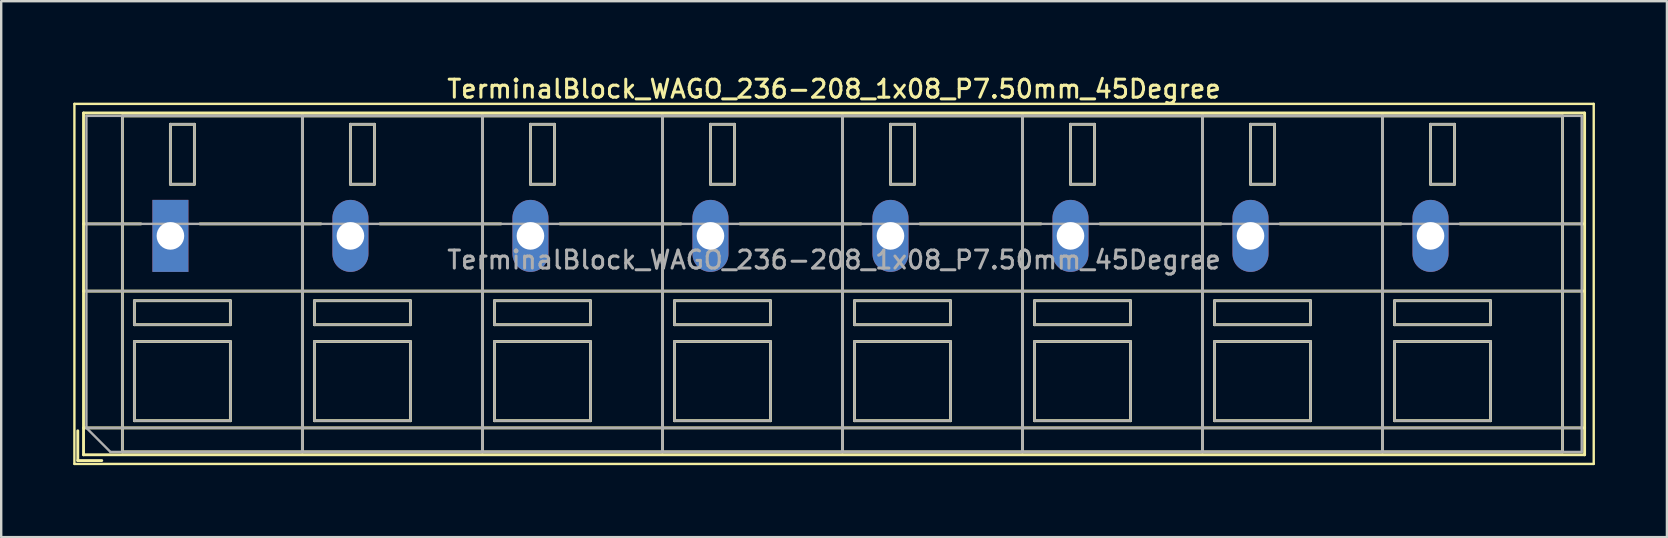
<source format=kicad_pcb>
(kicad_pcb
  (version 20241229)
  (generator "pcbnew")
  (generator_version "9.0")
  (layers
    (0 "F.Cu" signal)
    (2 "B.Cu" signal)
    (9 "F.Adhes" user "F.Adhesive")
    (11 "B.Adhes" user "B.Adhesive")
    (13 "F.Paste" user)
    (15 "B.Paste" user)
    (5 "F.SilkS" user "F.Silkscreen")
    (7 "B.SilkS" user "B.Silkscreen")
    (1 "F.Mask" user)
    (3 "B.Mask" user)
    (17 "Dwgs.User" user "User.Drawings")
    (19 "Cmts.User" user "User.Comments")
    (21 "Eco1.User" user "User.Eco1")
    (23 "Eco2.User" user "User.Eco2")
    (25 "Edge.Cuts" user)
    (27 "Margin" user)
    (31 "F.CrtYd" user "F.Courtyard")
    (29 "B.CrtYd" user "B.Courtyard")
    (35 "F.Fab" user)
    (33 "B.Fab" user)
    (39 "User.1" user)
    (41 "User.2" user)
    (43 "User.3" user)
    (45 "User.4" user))
  (footprint "TerminalBlock_WAGO_236-208_1x08_P7.50mm_45Degree"
    (layer "F.Cu")
    (at 4.05 6.778)
    (property "Reference" "TerminalBlock_WAGO_236-208_1x08_P7.50mm_45Degree" (at 27.65 -6.12 0) (layer "F.SilkS") (effects (font (size 0.75 0.75) (thickness 0.125))))
    (attr through_hole)
    (fp_line (start -4 -5.5) (end -4 9.5) (stroke (width 0.1) (type solid)) (layer "F.SilkS"))
    (fp_line (start -4 9.5) (end 59.3 9.5) (stroke (width 0.1) (type solid)) (layer "F.SilkS"))
    (fp_line (start -3.86 8.12) (end -3.86 9.36) (stroke (width 0.12) (type solid)) (layer "F.SilkS"))
    (fp_line (start -3.86 9.36) (end -2.86 9.36) (stroke (width 0.12) (type solid)) (layer "F.SilkS"))
    (fp_line (start -3.62 -5.12) (end -3.62 9.12) (stroke (width 0.12) (type solid)) (layer "F.SilkS"))
    (fp_line (start -3.62 -5.12) (end 58.92 -5.12) (stroke (width 0.12) (type solid)) (layer "F.SilkS"))
    (fp_line (start -3.62 -0.5) (end -1.23 -0.5) (stroke (width 0.12) (type solid)) (layer "F.SilkS"))
    (fp_line (start -3.62 2.3) (end 58.92 2.3) (stroke (width 0.12) (type solid)) (layer "F.SilkS"))
    (fp_line (start -3.62 8) (end 58.92 8) (stroke (width 0.12) (type solid)) (layer "F.SilkS"))
    (fp_line (start -3.62 9.12) (end 58.92 9.12) (stroke (width 0.12) (type solid)) (layer "F.SilkS"))
    (fp_line (start -2 -5) (end -2 9) (stroke (width 0.12) (type solid)) (layer "F.SilkS"))
    (fp_line (start -2 -5) (end 5.5 -5) (stroke (width 0.12) (type solid)) (layer "F.SilkS"))
    (fp_line (start -2 9) (end 5.5 9) (stroke (width 0.12) (type solid)) (layer "F.SilkS"))
    (fp_line (start -1.5 2.7) (end -1.5 3.7) (stroke (width 0.12) (type solid)) (layer "F.SilkS"))
    (fp_line (start -1.5 2.7) (end 2.5 2.7) (stroke (width 0.12) (type solid)) (layer "F.SilkS"))
    (fp_line (start -1.5 3.7) (end 2.5 3.7) (stroke (width 0.12) (type solid)) (layer "F.SilkS"))
    (fp_line (start -1.5 4.4) (end -1.5 7.7) (stroke (width 0.12) (type solid)) (layer "F.SilkS"))
    (fp_line (start -1.5 4.4) (end 2.5 4.4) (stroke (width 0.12) (type solid)) (layer "F.SilkS"))
    (fp_line (start -1.5 7.7) (end 2.5 7.7) (stroke (width 0.12) (type solid)) (layer "F.SilkS"))
    (fp_line (start 0 -4.65) (end 0 -2.151) (stroke (width 0.12) (type solid)) (layer "F.SilkS"))
    (fp_line (start 0 -4.65) (end 1 -4.65) (stroke (width 0.12) (type solid)) (layer "F.SilkS"))
    (fp_line (start 0 -2.151) (end 1 -2.151) (stroke (width 0.12) (type solid)) (layer "F.SilkS"))
    (fp_line (start 1 -4.65) (end 1 -2.151) (stroke (width 0.12) (type solid)) (layer "F.SilkS"))
    (fp_line (start 1.23 -0.5) (end 6.27 -0.5) (stroke (width 0.12) (type solid)) (layer "F.SilkS"))
    (fp_line (start 2.5 2.7) (end 2.5 3.7) (stroke (width 0.12) (type solid)) (layer "F.SilkS"))
    (fp_line (start 2.5 4.4) (end 2.5 7.7) (stroke (width 0.12) (type solid)) (layer "F.SilkS"))
    (fp_line (start 5.5 -5) (end 5.5 9) (stroke (width 0.12) (type solid)) (layer "F.SilkS"))
    (fp_line (start 5.5 -5) (end 5.5 9) (stroke (width 0.12) (type solid)) (layer "F.SilkS"))
    (fp_line (start 5.5 -5) (end 13 -5) (stroke (width 0.12) (type solid)) (layer "F.SilkS"))
    (fp_line (start 5.5 9) (end 13 9) (stroke (width 0.12) (type solid)) (layer "F.SilkS"))
    (fp_line (start 6 2.7) (end 6 3.7) (stroke (width 0.12) (type solid)) (layer "F.SilkS"))
    (fp_line (start 6 2.7) (end 10 2.7) (stroke (width 0.12) (type solid)) (layer "F.SilkS"))
    (fp_line (start 6 3.7) (end 10 3.7) (stroke (width 0.12) (type solid)) (layer "F.SilkS"))
    (fp_line (start 6 4.4) (end 6 7.7) (stroke (width 0.12) (type solid)) (layer "F.SilkS"))
    (fp_line (start 6 4.4) (end 10 4.4) (stroke (width 0.12) (type solid)) (layer "F.SilkS"))
    (fp_line (start 6 7.7) (end 10 7.7) (stroke (width 0.12) (type solid)) (layer "F.SilkS"))
    (fp_line (start 7.5 -4.65) (end 7.5 -2.151) (stroke (width 0.12) (type solid)) (layer "F.SilkS"))
    (fp_line (start 7.5 -4.65) (end 8.5 -4.65) (stroke (width 0.12) (type solid)) (layer "F.SilkS"))
    (fp_line (start 7.5 -2.151) (end 8.5 -2.151) (stroke (width 0.12) (type solid)) (layer "F.SilkS"))
    (fp_line (start 8.5 -4.65) (end 8.5 -2.151) (stroke (width 0.12) (type solid)) (layer "F.SilkS"))
    (fp_line (start 8.73 -0.5) (end 13.77 -0.5) (stroke (width 0.12) (type solid)) (layer "F.SilkS"))
    (fp_line (start 10 2.7) (end 10 3.7) (stroke (width 0.12) (type solid)) (layer "F.SilkS"))
    (fp_line (start 10 4.4) (end 10 7.7) (stroke (width 0.12) (type solid)) (layer "F.SilkS"))
    (fp_line (start 13 -5) (end 13 9) (stroke (width 0.12) (type solid)) (layer "F.SilkS"))
    (fp_line (start 13 -5) (end 13 9) (stroke (width 0.12) (type solid)) (layer "F.SilkS"))
    (fp_line (start 13 -5) (end 20.5 -5) (stroke (width 0.12) (type solid)) (layer "F.SilkS"))
    (fp_line (start 13 9) (end 20.5 9) (stroke (width 0.12) (type solid)) (layer "F.SilkS"))
    (fp_line (start 13.5 2.7) (end 13.5 3.7) (stroke (width 0.12) (type solid)) (layer "F.SilkS"))
    (fp_line (start 13.5 2.7) (end 17.5 2.7) (stroke (width 0.12) (type solid)) (layer "F.SilkS"))
    (fp_line (start 13.5 3.7) (end 17.5 3.7) (stroke (width 0.12) (type solid)) (layer "F.SilkS"))
    (fp_line (start 13.5 4.4) (end 13.5 7.7) (stroke (width 0.12) (type solid)) (layer "F.SilkS"))
    (fp_line (start 13.5 4.4) (end 17.5 4.4) (stroke (width 0.12) (type solid)) (layer "F.SilkS"))
    (fp_line (start 13.5 7.7) (end 17.5 7.7) (stroke (width 0.12) (type solid)) (layer "F.SilkS"))
    (fp_line (start 15 -4.65) (end 15 -2.151) (stroke (width 0.12) (type solid)) (layer "F.SilkS"))
    (fp_line (start 15 -4.65) (end 16 -4.65) (stroke (width 0.12) (type solid)) (layer "F.SilkS"))
    (fp_line (start 15 -2.151) (end 16 -2.151) (stroke (width 0.12) (type solid)) (layer "F.SilkS"))
    (fp_line (start 16 -4.65) (end 16 -2.151) (stroke (width 0.12) (type solid)) (layer "F.SilkS"))
    (fp_line (start 16.23 -0.5) (end 21.27 -0.5) (stroke (width 0.12) (type solid)) (layer "F.SilkS"))
    (fp_line (start 17.5 2.7) (end 17.5 3.7) (stroke (width 0.12) (type solid)) (layer "F.SilkS"))
    (fp_line (start 17.5 4.4) (end 17.5 7.7) (stroke (width 0.12) (type solid)) (layer "F.SilkS"))
    (fp_line (start 20.5 -5) (end 20.5 9) (stroke (width 0.12) (type solid)) (layer "F.SilkS"))
    (fp_line (start 20.5 -5) (end 20.5 9) (stroke (width 0.12) (type solid)) (layer "F.SilkS"))
    (fp_line (start 20.5 -5) (end 28 -5) (stroke (width 0.12) (type solid)) (layer "F.SilkS"))
    (fp_line (start 20.5 9) (end 28 9) (stroke (width 0.12) (type solid)) (layer "F.SilkS"))
    (fp_line (start 21 2.7) (end 21 3.7) (stroke (width 0.12) (type solid)) (layer "F.SilkS"))
    (fp_line (start 21 2.7) (end 25 2.7) (stroke (width 0.12) (type solid)) (layer "F.SilkS"))
    (fp_line (start 21 3.7) (end 25 3.7) (stroke (width 0.12) (type solid)) (layer "F.SilkS"))
    (fp_line (start 21 4.4) (end 21 7.7) (stroke (width 0.12) (type solid)) (layer "F.SilkS"))
    (fp_line (start 21 4.4) (end 25 4.4) (stroke (width 0.12) (type solid)) (layer "F.SilkS"))
    (fp_line (start 21 7.7) (end 25 7.7) (stroke (width 0.12) (type solid)) (layer "F.SilkS"))
    (fp_line (start 22.5 -4.65) (end 22.5 -2.151) (stroke (width 0.12) (type solid)) (layer "F.SilkS"))
    (fp_line (start 22.5 -4.65) (end 23.5 -4.65) (stroke (width 0.12) (type solid)) (layer "F.SilkS"))
    (fp_line (start 22.5 -2.151) (end 23.5 -2.151) (stroke (width 0.12) (type solid)) (layer "F.SilkS"))
    (fp_line (start 23.5 -4.65) (end 23.5 -2.151) (stroke (width 0.12) (type solid)) (layer "F.SilkS"))
    (fp_line (start 23.73 -0.5) (end 28.77 -0.5) (stroke (width 0.12) (type solid)) (layer "F.SilkS"))
    (fp_line (start 25 2.7) (end 25 3.7) (stroke (width 0.12) (type solid)) (layer "F.SilkS"))
    (fp_line (start 25 4.4) (end 25 7.7) (stroke (width 0.12) (type solid)) (layer "F.SilkS"))
    (fp_line (start 28 -5) (end 28 9) (stroke (width 0.12) (type solid)) (layer "F.SilkS"))
    (fp_line (start 28 -5) (end 28 9) (stroke (width 0.12) (type solid)) (layer "F.SilkS"))
    (fp_line (start 28 -5) (end 35.5 -5) (stroke (width 0.12) (type solid)) (layer "F.SilkS"))
    (fp_line (start 28 9) (end 35.5 9) (stroke (width 0.12) (type solid)) (layer "F.SilkS"))
    (fp_line (start 28.5 2.7) (end 28.5 3.7) (stroke (width 0.12) (type solid)) (layer "F.SilkS"))
    (fp_line (start 28.5 2.7) (end 32.5 2.7) (stroke (width 0.12) (type solid)) (layer "F.SilkS"))
    (fp_line (start 28.5 3.7) (end 32.5 3.7) (stroke (width 0.12) (type solid)) (layer "F.SilkS"))
    (fp_line (start 28.5 4.4) (end 28.5 7.7) (stroke (width 0.12) (type solid)) (layer "F.SilkS"))
    (fp_line (start 28.5 4.4) (end 32.5 4.4) (stroke (width 0.12) (type solid)) (layer "F.SilkS"))
    (fp_line (start 28.5 7.7) (end 32.5 7.7) (stroke (width 0.12) (type solid)) (layer "F.SilkS"))
    (fp_line (start 30 -4.65) (end 30 -2.151) (stroke (width 0.12) (type solid)) (layer "F.SilkS"))
    (fp_line (start 30 -4.65) (end 31 -4.65) (stroke (width 0.12) (type solid)) (layer "F.SilkS"))
    (fp_line (start 30 -2.151) (end 31 -2.151) (stroke (width 0.12) (type solid)) (layer "F.SilkS"))
    (fp_line (start 31 -4.65) (end 31 -2.151) (stroke (width 0.12) (type solid)) (layer "F.SilkS"))
    (fp_line (start 31.23 -0.5) (end 36.27 -0.5) (stroke (width 0.12) (type solid)) (layer "F.SilkS"))
    (fp_line (start 32.5 2.7) (end 32.5 3.7) (stroke (width 0.12) (type solid)) (layer "F.SilkS"))
    (fp_line (start 32.5 4.4) (end 32.5 7.7) (stroke (width 0.12) (type solid)) (layer "F.SilkS"))
    (fp_line (start 35.5 -5) (end 35.5 9) (stroke (width 0.12) (type solid)) (layer "F.SilkS"))
    (fp_line (start 35.5 -5) (end 35.5 9) (stroke (width 0.12) (type solid)) (layer "F.SilkS"))
    (fp_line (start 35.5 -5) (end 43 -5) (stroke (width 0.12) (type solid)) (layer "F.SilkS"))
    (fp_line (start 35.5 9) (end 43 9) (stroke (width 0.12) (type solid)) (layer "F.SilkS"))
    (fp_line (start 36 2.7) (end 36 3.7) (stroke (width 0.12) (type solid)) (layer "F.SilkS"))
    (fp_line (start 36 2.7) (end 40 2.7) (stroke (width 0.12) (type solid)) (layer "F.SilkS"))
    (fp_line (start 36 3.7) (end 40 3.7) (stroke (width 0.12) (type solid)) (layer "F.SilkS"))
    (fp_line (start 36 4.4) (end 36 7.7) (stroke (width 0.12) (type solid)) (layer "F.SilkS"))
    (fp_line (start 36 4.4) (end 40 4.4) (stroke (width 0.12) (type solid)) (layer "F.SilkS"))
    (fp_line (start 36 7.7) (end 40 7.7) (stroke (width 0.12) (type solid)) (layer "F.SilkS"))
    (fp_line (start 37.5 -4.65) (end 37.5 -2.151) (stroke (width 0.12) (type solid)) (layer "F.SilkS"))
    (fp_line (start 37.5 -4.65) (end 38.5 -4.65) (stroke (width 0.12) (type solid)) (layer "F.SilkS"))
    (fp_line (start 37.5 -2.151) (end 38.5 -2.151) (stroke (width 0.12) (type solid)) (layer "F.SilkS"))
    (fp_line (start 38.5 -4.65) (end 38.5 -2.151) (stroke (width 0.12) (type solid)) (layer "F.SilkS"))
    (fp_line (start 38.73 -0.5) (end 43.77 -0.5) (stroke (width 0.12) (type solid)) (layer "F.SilkS"))
    (fp_line (start 40 2.7) (end 40 3.7) (stroke (width 0.12) (type solid)) (layer "F.SilkS"))
    (fp_line (start 40 4.4) (end 40 7.7) (stroke (width 0.12) (type solid)) (layer "F.SilkS"))
    (fp_line (start 43 -5) (end 43 9) (stroke (width 0.12) (type solid)) (layer "F.SilkS"))
    (fp_line (start 43 -5) (end 43 9) (stroke (width 0.12) (type solid)) (layer "F.SilkS"))
    (fp_line (start 43 -5) (end 50.5 -5) (stroke (width 0.12) (type solid)) (layer "F.SilkS"))
    (fp_line (start 43 9) (end 50.5 9) (stroke (width 0.12) (type solid)) (layer "F.SilkS"))
    (fp_line (start 43.5 2.7) (end 43.5 3.7) (stroke (width 0.12) (type solid)) (layer "F.SilkS"))
    (fp_line (start 43.5 2.7) (end 47.5 2.7) (stroke (width 0.12) (type solid)) (layer "F.SilkS"))
    (fp_line (start 43.5 3.7) (end 47.5 3.7) (stroke (width 0.12) (type solid)) (layer "F.SilkS"))
    (fp_line (start 43.5 4.4) (end 43.5 7.7) (stroke (width 0.12) (type solid)) (layer "F.SilkS"))
    (fp_line (start 43.5 4.4) (end 47.5 4.4) (stroke (width 0.12) (type solid)) (layer "F.SilkS"))
    (fp_line (start 43.5 7.7) (end 47.5 7.7) (stroke (width 0.12) (type solid)) (layer "F.SilkS"))
    (fp_line (start 45 -4.65) (end 45 -2.151) (stroke (width 0.12) (type solid)) (layer "F.SilkS"))
    (fp_line (start 45 -4.65) (end 46 -4.65) (stroke (width 0.12) (type solid)) (layer "F.SilkS"))
    (fp_line (start 45 -2.151) (end 46 -2.151) (stroke (width 0.12) (type solid)) (layer "F.SilkS"))
    (fp_line (start 46 -4.65) (end 46 -2.151) (stroke (width 0.12) (type solid)) (layer "F.SilkS"))
    (fp_line (start 46.23 -0.5) (end 51.27 -0.5) (stroke (width 0.12) (type solid)) (layer "F.SilkS"))
    (fp_line (start 47.5 2.7) (end 47.5 3.7) (stroke (width 0.12) (type solid)) (layer "F.SilkS"))
    (fp_line (start 47.5 4.4) (end 47.5 7.7) (stroke (width 0.12) (type solid)) (layer "F.SilkS"))
    (fp_line (start 50.5 -5) (end 50.5 9) (stroke (width 0.12) (type solid)) (layer "F.SilkS"))
    (fp_line (start 50.5 -5) (end 50.5 9) (stroke (width 0.12) (type solid)) (layer "F.SilkS"))
    (fp_line (start 50.5 -5) (end 58 -5) (stroke (width 0.12) (type solid)) (layer "F.SilkS"))
    (fp_line (start 50.5 9) (end 58 9) (stroke (width 0.12) (type solid)) (layer "F.SilkS"))
    (fp_line (start 51 2.7) (end 51 3.7) (stroke (width 0.12) (type solid)) (layer "F.SilkS"))
    (fp_line (start 51 2.7) (end 55 2.7) (stroke (width 0.12) (type solid)) (layer "F.SilkS"))
    (fp_line (start 51 3.7) (end 55 3.7) (stroke (width 0.12) (type solid)) (layer "F.SilkS"))
    (fp_line (start 51 4.4) (end 51 7.7) (stroke (width 0.12) (type solid)) (layer "F.SilkS"))
    (fp_line (start 51 4.4) (end 55 4.4) (stroke (width 0.12) (type solid)) (layer "F.SilkS"))
    (fp_line (start 51 7.7) (end 55 7.7) (stroke (width 0.12) (type solid)) (layer "F.SilkS"))
    (fp_line (start 52.5 -4.65) (end 52.5 -2.151) (stroke (width 0.12) (type solid)) (layer "F.SilkS"))
    (fp_line (start 52.5 -4.65) (end 53.5 -4.65) (stroke (width 0.12) (type solid)) (layer "F.SilkS"))
    (fp_line (start 52.5 -2.151) (end 53.5 -2.151) (stroke (width 0.12) (type solid)) (layer "F.SilkS"))
    (fp_line (start 53.5 -4.65) (end 53.5 -2.151) (stroke (width 0.12) (type solid)) (layer "F.SilkS"))
    (fp_line (start 53.73 -0.5) (end 58.92 -0.5) (stroke (width 0.12) (type solid)) (layer "F.SilkS"))
    (fp_line (start 55 2.7) (end 55 3.7) (stroke (width 0.12) (type solid)) (layer "F.SilkS"))
    (fp_line (start 55 4.4) (end 55 7.7) (stroke (width 0.12) (type solid)) (layer "F.SilkS"))
    (fp_line (start 58 -5) (end 58 9) (stroke (width 0.12) (type solid)) (layer "F.SilkS"))
    (fp_line (start 58.92 -5.12) (end 58.92 9.12) (stroke (width 0.12) (type solid)) (layer "F.SilkS"))
    (fp_line (start 59.3 -5.5) (end -4 -5.5) (stroke (width 0.1) (type solid)) (layer "F.SilkS"))
    (fp_line (start 59.3 9.5) (end 59.3 -5.5) (stroke (width 0.1) (type solid)) (layer "F.SilkS"))
    (fp_line (start -3.5 -5) (end 58.8 -5) (stroke (width 0.1) (type solid)) (layer "F.Fab"))
    (fp_line (start -3.5 -0.5) (end 58.8 -0.5) (stroke (width 0.1) (type solid)) (layer "F.Fab"))
    (fp_line (start -3.5 2.3) (end 58.8 2.3) (stroke (width 0.1) (type solid)) (layer "F.Fab"))
    (fp_line (start -3.5 8) (end -3.5 -5) (stroke (width 0.1) (type solid)) (layer "F.Fab"))
    (fp_line (start -3.5 8) (end 58.8 8) (stroke (width 0.1) (type solid)) (layer "F.Fab"))
    (fp_line (start -2.5 9) (end -3.5 8) (stroke (width 0.1) (type solid)) (layer "F.Fab"))
    (fp_line (start -2 -5) (end -2 9) (stroke (width 0.1) (type solid)) (layer "F.Fab"))
    (fp_line (start -2 9) (end 5.5 9) (stroke (width 0.1) (type solid)) (layer "F.Fab"))
    (fp_line (start -1.5 2.7) (end -1.5 3.7) (stroke (width 0.1) (type solid)) (layer "F.Fab"))
    (fp_line (start -1.5 3.7) (end 2.5 3.7) (stroke (width 0.1) (type solid)) (layer "F.Fab"))
    (fp_line (start -1.5 4.4) (end -1.5 7.7) (stroke (width 0.1) (type solid)) (layer "F.Fab"))
    (fp_line (start -1.5 7.7) (end 2.5 7.7) (stroke (width 0.1) (type solid)) (layer "F.Fab"))
    (fp_line (start 0 -4.65) (end 0 -2.15) (stroke (width 0.1) (type solid)) (layer "F.Fab"))
    (fp_line (start 0 -2.15) (end 1 -2.15) (stroke (width 0.1) (type solid)) (layer "F.Fab"))
    (fp_line (start 1 -4.65) (end 0 -4.65) (stroke (width 0.1) (type solid)) (layer "F.Fab"))
    (fp_line (start 1 -2.15) (end 1 -4.65) (stroke (width 0.1) (type solid)) (layer "F.Fab"))
    (fp_line (start 2.5 2.7) (end -1.5 2.7) (stroke (width 0.1) (type solid)) (layer "F.Fab"))
    (fp_line (start 2.5 3.7) (end 2.5 2.7) (stroke (width 0.1) (type solid)) (layer "F.Fab"))
    (fp_line (start 2.5 4.4) (end -1.5 4.4) (stroke (width 0.1) (type solid)) (layer "F.Fab"))
    (fp_line (start 2.5 7.7) (end 2.5 4.4) (stroke (width 0.1) (type solid)) (layer "F.Fab"))
    (fp_line (start 5.5 -5) (end -2 -5) (stroke (width 0.1) (type solid)) (layer "F.Fab"))
    (fp_line (start 5.5 -5) (end 5.5 9) (stroke (width 0.1) (type solid)) (layer "F.Fab"))
    (fp_line (start 5.5 9) (end 5.5 -5) (stroke (width 0.1) (type solid)) (layer "F.Fab"))
    (fp_line (start 5.5 9) (end 13 9) (stroke (width 0.1) (type solid)) (layer "F.Fab"))
    (fp_line (start 6 2.7) (end 6 3.7) (stroke (width 0.1) (type solid)) (layer "F.Fab"))
    (fp_line (start 6 3.7) (end 10 3.7) (stroke (width 0.1) (type solid)) (layer "F.Fab"))
    (fp_line (start 6 4.4) (end 6 7.7) (stroke (width 0.1) (type solid)) (layer "F.Fab"))
    (fp_line (start 6 7.7) (end 10 7.7) (stroke (width 0.1) (type solid)) (layer "F.Fab"))
    (fp_line (start 7.5 -4.65) (end 7.5 -2.15) (stroke (width 0.1) (type solid)) (layer "F.Fab"))
    (fp_line (start 7.5 -2.15) (end 8.5 -2.15) (stroke (width 0.1) (type solid)) (layer "F.Fab"))
    (fp_line (start 8.5 -4.65) (end 7.5 -4.65) (stroke (width 0.1) (type solid)) (layer "F.Fab"))
    (fp_line (start 8.5 -2.15) (end 8.5 -4.65) (stroke (width 0.1) (type solid)) (layer "F.Fab"))
    (fp_line (start 10 2.7) (end 6 2.7) (stroke (width 0.1) (type solid)) (layer "F.Fab"))
    (fp_line (start 10 3.7) (end 10 2.7) (stroke (width 0.1) (type solid)) (layer "F.Fab"))
    (fp_line (start 10 4.4) (end 6 4.4) (stroke (width 0.1) (type solid)) (layer "F.Fab"))
    (fp_line (start 10 7.7) (end 10 4.4) (stroke (width 0.1) (type solid)) (layer "F.Fab"))
    (fp_line (start 13 -5) (end 5.5 -5) (stroke (width 0.1) (type solid)) (layer "F.Fab"))
    (fp_line (start 13 -5) (end 13 9) (stroke (width 0.1) (type solid)) (layer "F.Fab"))
    (fp_line (start 13 9) (end 13 -5) (stroke (width 0.1) (type solid)) (layer "F.Fab"))
    (fp_line (start 13 9) (end 20.5 9) (stroke (width 0.1) (type solid)) (layer "F.Fab"))
    (fp_line (start 13.5 2.7) (end 13.5 3.7) (stroke (width 0.1) (type solid)) (layer "F.Fab"))
    (fp_line (start 13.5 3.7) (end 17.5 3.7) (stroke (width 0.1) (type solid)) (layer "F.Fab"))
    (fp_line (start 13.5 4.4) (end 13.5 7.7) (stroke (width 0.1) (type solid)) (layer "F.Fab"))
    (fp_line (start 13.5 7.7) (end 17.5 7.7) (stroke (width 0.1) (type solid)) (layer "F.Fab"))
    (fp_line (start 15 -4.65) (end 15 -2.15) (stroke (width 0.1) (type solid)) (layer "F.Fab"))
    (fp_line (start 15 -2.15) (end 16 -2.15) (stroke (width 0.1) (type solid)) (layer "F.Fab"))
    (fp_line (start 16 -4.65) (end 15 -4.65) (stroke (width 0.1) (type solid)) (layer "F.Fab"))
    (fp_line (start 16 -2.15) (end 16 -4.65) (stroke (width 0.1) (type solid)) (layer "F.Fab"))
    (fp_line (start 17.5 2.7) (end 13.5 2.7) (stroke (width 0.1) (type solid)) (layer "F.Fab"))
    (fp_line (start 17.5 3.7) (end 17.5 2.7) (stroke (width 0.1) (type solid)) (layer "F.Fab"))
    (fp_line (start 17.5 4.4) (end 13.5 4.4) (stroke (width 0.1) (type solid)) (layer "F.Fab"))
    (fp_line (start 17.5 7.7) (end 17.5 4.4) (stroke (width 0.1) (type solid)) (layer "F.Fab"))
    (fp_line (start 20.5 -5) (end 13 -5) (stroke (width 0.1) (type solid)) (layer "F.Fab"))
    (fp_line (start 20.5 -5) (end 20.5 9) (stroke (width 0.1) (type solid)) (layer "F.Fab"))
    (fp_line (start 20.5 9) (end 20.5 -5) (stroke (width 0.1) (type solid)) (layer "F.Fab"))
    (fp_line (start 20.5 9) (end 28 9) (stroke (width 0.1) (type solid)) (layer "F.Fab"))
    (fp_line (start 21 2.7) (end 21 3.7) (stroke (width 0.1) (type solid)) (layer "F.Fab"))
    (fp_line (start 21 3.7) (end 25 3.7) (stroke (width 0.1) (type solid)) (layer "F.Fab"))
    (fp_line (start 21 4.4) (end 21 7.7) (stroke (width 0.1) (type solid)) (layer "F.Fab"))
    (fp_line (start 21 7.7) (end 25 7.7) (stroke (width 0.1) (type solid)) (layer "F.Fab"))
    (fp_line (start 22.5 -4.65) (end 22.5 -2.15) (stroke (width 0.1) (type solid)) (layer "F.Fab"))
    (fp_line (start 22.5 -2.15) (end 23.5 -2.15) (stroke (width 0.1) (type solid)) (layer "F.Fab"))
    (fp_line (start 23.5 -4.65) (end 22.5 -4.65) (stroke (width 0.1) (type solid)) (layer "F.Fab"))
    (fp_line (start 23.5 -2.15) (end 23.5 -4.65) (stroke (width 0.1) (type solid)) (layer "F.Fab"))
    (fp_line (start 25 2.7) (end 21 2.7) (stroke (width 0.1) (type solid)) (layer "F.Fab"))
    (fp_line (start 25 3.7) (end 25 2.7) (stroke (width 0.1) (type solid)) (layer "F.Fab"))
    (fp_line (start 25 4.4) (end 21 4.4) (stroke (width 0.1) (type solid)) (layer "F.Fab"))
    (fp_line (start 25 7.7) (end 25 4.4) (stroke (width 0.1) (type solid)) (layer "F.Fab"))
    (fp_line (start 28 -5) (end 20.5 -5) (stroke (width 0.1) (type solid)) (layer "F.Fab"))
    (fp_line (start 28 -5) (end 28 9) (stroke (width 0.1) (type solid)) (layer "F.Fab"))
    (fp_line (start 28 9) (end 28 -5) (stroke (width 0.1) (type solid)) (layer "F.Fab"))
    (fp_line (start 28 9) (end 35.5 9) (stroke (width 0.1) (type solid)) (layer "F.Fab"))
    (fp_line (start 28.5 2.7) (end 28.5 3.7) (stroke (width 0.1) (type solid)) (layer "F.Fab"))
    (fp_line (start 28.5 3.7) (end 32.5 3.7) (stroke (width 0.1) (type solid)) (layer "F.Fab"))
    (fp_line (start 28.5 4.4) (end 28.5 7.7) (stroke (width 0.1) (type solid)) (layer "F.Fab"))
    (fp_line (start 28.5 7.7) (end 32.5 7.7) (stroke (width 0.1) (type solid)) (layer "F.Fab"))
    (fp_line (start 30 -4.65) (end 30 -2.15) (stroke (width 0.1) (type solid)) (layer "F.Fab"))
    (fp_line (start 30 -2.15) (end 31 -2.15) (stroke (width 0.1) (type solid)) (layer "F.Fab"))
    (fp_line (start 31 -4.65) (end 30 -4.65) (stroke (width 0.1) (type solid)) (layer "F.Fab"))
    (fp_line (start 31 -2.15) (end 31 -4.65) (stroke (width 0.1) (type solid)) (layer "F.Fab"))
    (fp_line (start 32.5 2.7) (end 28.5 2.7) (stroke (width 0.1) (type solid)) (layer "F.Fab"))
    (fp_line (start 32.5 3.7) (end 32.5 2.7) (stroke (width 0.1) (type solid)) (layer "F.Fab"))
    (fp_line (start 32.5 4.4) (end 28.5 4.4) (stroke (width 0.1) (type solid)) (layer "F.Fab"))
    (fp_line (start 32.5 7.7) (end 32.5 4.4) (stroke (width 0.1) (type solid)) (layer "F.Fab"))
    (fp_line (start 35.5 -5) (end 28 -5) (stroke (width 0.1) (type solid)) (layer "F.Fab"))
    (fp_line (start 35.5 -5) (end 35.5 9) (stroke (width 0.1) (type solid)) (layer "F.Fab"))
    (fp_line (start 35.5 9) (end 35.5 -5) (stroke (width 0.1) (type solid)) (layer "F.Fab"))
    (fp_line (start 35.5 9) (end 43 9) (stroke (width 0.1) (type solid)) (layer "F.Fab"))
    (fp_line (start 36 2.7) (end 36 3.7) (stroke (width 0.1) (type solid)) (layer "F.Fab"))
    (fp_line (start 36 3.7) (end 40 3.7) (stroke (width 0.1) (type solid)) (layer "F.Fab"))
    (fp_line (start 36 4.4) (end 36 7.7) (stroke (width 0.1) (type solid)) (layer "F.Fab"))
    (fp_line (start 36 7.7) (end 40 7.7) (stroke (width 0.1) (type solid)) (layer "F.Fab"))
    (fp_line (start 37.5 -4.65) (end 37.5 -2.15) (stroke (width 0.1) (type solid)) (layer "F.Fab"))
    (fp_line (start 37.5 -2.15) (end 38.5 -2.15) (stroke (width 0.1) (type solid)) (layer "F.Fab"))
    (fp_line (start 38.5 -4.65) (end 37.5 -4.65) (stroke (width 0.1) (type solid)) (layer "F.Fab"))
    (fp_line (start 38.5 -2.15) (end 38.5 -4.65) (stroke (width 0.1) (type solid)) (layer "F.Fab"))
    (fp_line (start 40 2.7) (end 36 2.7) (stroke (width 0.1) (type solid)) (layer "F.Fab"))
    (fp_line (start 40 3.7) (end 40 2.7) (stroke (width 0.1) (type solid)) (layer "F.Fab"))
    (fp_line (start 40 4.4) (end 36 4.4) (stroke (width 0.1) (type solid)) (layer "F.Fab"))
    (fp_line (start 40 7.7) (end 40 4.4) (stroke (width 0.1) (type solid)) (layer "F.Fab"))
    (fp_line (start 43 -5) (end 35.5 -5) (stroke (width 0.1) (type solid)) (layer "F.Fab"))
    (fp_line (start 43 -5) (end 43 9) (stroke (width 0.1) (type solid)) (layer "F.Fab"))
    (fp_line (start 43 9) (end 43 -5) (stroke (width 0.1) (type solid)) (layer "F.Fab"))
    (fp_line (start 43 9) (end 50.5 9) (stroke (width 0.1) (type solid)) (layer "F.Fab"))
    (fp_line (start 43.5 2.7) (end 43.5 3.7) (stroke (width 0.1) (type solid)) (layer "F.Fab"))
    (fp_line (start 43.5 3.7) (end 47.5 3.7) (stroke (width 0.1) (type solid)) (layer "F.Fab"))
    (fp_line (start 43.5 4.4) (end 43.5 7.7) (stroke (width 0.1) (type solid)) (layer "F.Fab"))
    (fp_line (start 43.5 7.7) (end 47.5 7.7) (stroke (width 0.1) (type solid)) (layer "F.Fab"))
    (fp_line (start 45 -4.65) (end 45 -2.15) (stroke (width 0.1) (type solid)) (layer "F.Fab"))
    (fp_line (start 45 -2.15) (end 46 -2.15) (stroke (width 0.1) (type solid)) (layer "F.Fab"))
    (fp_line (start 46 -4.65) (end 45 -4.65) (stroke (width 0.1) (type solid)) (layer "F.Fab"))
    (fp_line (start 46 -2.15) (end 46 -4.65) (stroke (width 0.1) (type solid)) (layer "F.Fab"))
    (fp_line (start 47.5 2.7) (end 43.5 2.7) (stroke (width 0.1) (type solid)) (layer "F.Fab"))
    (fp_line (start 47.5 3.7) (end 47.5 2.7) (stroke (width 0.1) (type solid)) (layer "F.Fab"))
    (fp_line (start 47.5 4.4) (end 43.5 4.4) (stroke (width 0.1) (type solid)) (layer "F.Fab"))
    (fp_line (start 47.5 7.7) (end 47.5 4.4) (stroke (width 0.1) (type solid)) (layer "F.Fab"))
    (fp_line (start 50.5 -5) (end 43 -5) (stroke (width 0.1) (type solid)) (layer "F.Fab"))
    (fp_line (start 50.5 -5) (end 50.5 9) (stroke (width 0.1) (type solid)) (layer "F.Fab"))
    (fp_line (start 50.5 9) (end 50.5 -5) (stroke (width 0.1) (type solid)) (layer "F.Fab"))
    (fp_line (start 50.5 9) (end 58 9) (stroke (width 0.1) (type solid)) (layer "F.Fab"))
    (fp_line (start 51 2.7) (end 51 3.7) (stroke (width 0.1) (type solid)) (layer "F.Fab"))
    (fp_line (start 51 3.7) (end 55 3.7) (stroke (width 0.1) (type solid)) (layer "F.Fab"))
    (fp_line (start 51 4.4) (end 51 7.7) (stroke (width 0.1) (type solid)) (layer "F.Fab"))
    (fp_line (start 51 7.7) (end 55 7.7) (stroke (width 0.1) (type solid)) (layer "F.Fab"))
    (fp_line (start 52.5 -4.65) (end 52.5 -2.15) (stroke (width 0.1) (type solid)) (layer "F.Fab"))
    (fp_line (start 52.5 -2.15) (end 53.5 -2.15) (stroke (width 0.1) (type solid)) (layer "F.Fab"))
    (fp_line (start 53.5 -4.65) (end 52.5 -4.65) (stroke (width 0.1) (type solid)) (layer "F.Fab"))
    (fp_line (start 53.5 -2.15) (end 53.5 -4.65) (stroke (width 0.1) (type solid)) (layer "F.Fab"))
    (fp_line (start 55 2.7) (end 51 2.7) (stroke (width 0.1) (type solid)) (layer "F.Fab"))
    (fp_line (start 55 3.7) (end 55 2.7) (stroke (width 0.1) (type solid)) (layer "F.Fab"))
    (fp_line (start 55 4.4) (end 51 4.4) (stroke (width 0.1) (type solid)) (layer "F.Fab"))
    (fp_line (start 55 7.7) (end 55 4.4) (stroke (width 0.1) (type solid)) (layer "F.Fab"))
    (fp_line (start 58 -5) (end 50.5 -5) (stroke (width 0.1) (type solid)) (layer "F.Fab"))
    (fp_line (start 58 9) (end 58 -5) (stroke (width 0.1) (type solid)) (layer "F.Fab"))
    (fp_line (start 58.8 -5) (end 58.8 9) (stroke (width 0.1) (type solid)) (layer "F.Fab"))
    (fp_line (start 58.8 9) (end -2.5 9) (stroke (width 0.1) (type solid)) (layer "F.Fab"))
    (fp_text user "${REFERENCE}" (at 27.65 1 0) (layer "F.Fab") (effects (font (size 0.75 0.75) (thickness 0.125))))
    (pad "1" thru_hole rect (at 0 0) (size 1.5 3) (drill 1.15) (layers "*.Cu" "*.Mask"))
    (pad "2" thru_hole oval (at 7.5 0) (size 1.5 3) (drill 1.15) (layers "*.Cu" "*.Mask"))
    (pad "3" thru_hole oval (at 15 0) (size 1.5 3) (drill 1.15) (layers "*.Cu" "*.Mask"))
    (pad "4" thru_hole oval (at 22.5 0) (size 1.5 3) (drill 1.15) (layers "*.Cu" "*.Mask"))
    (pad "5" thru_hole oval (at 30 0) (size 1.5 3) (drill 1.15) (layers "*.Cu" "*.Mask"))
    (pad "6" thru_hole oval (at 37.5 0) (size 1.5 3) (drill 1.15) (layers "*.Cu" "*.Mask"))
    (pad "7" thru_hole oval (at 45 0) (size 1.5 3) (drill 1.15) (layers "*.Cu" "*.Mask"))
    (pad "8" thru_hole oval (at 52.5 0) (size 1.5 3) (drill 1.15) (layers "*.Cu" "*.Mask")))
  (gr_rect
    (start -3 -3)
    (end 66.4 19.328)
    (stroke (width 0.1) (type default))
    (fill no)
    (layer "Edge.Cuts")))
</source>
